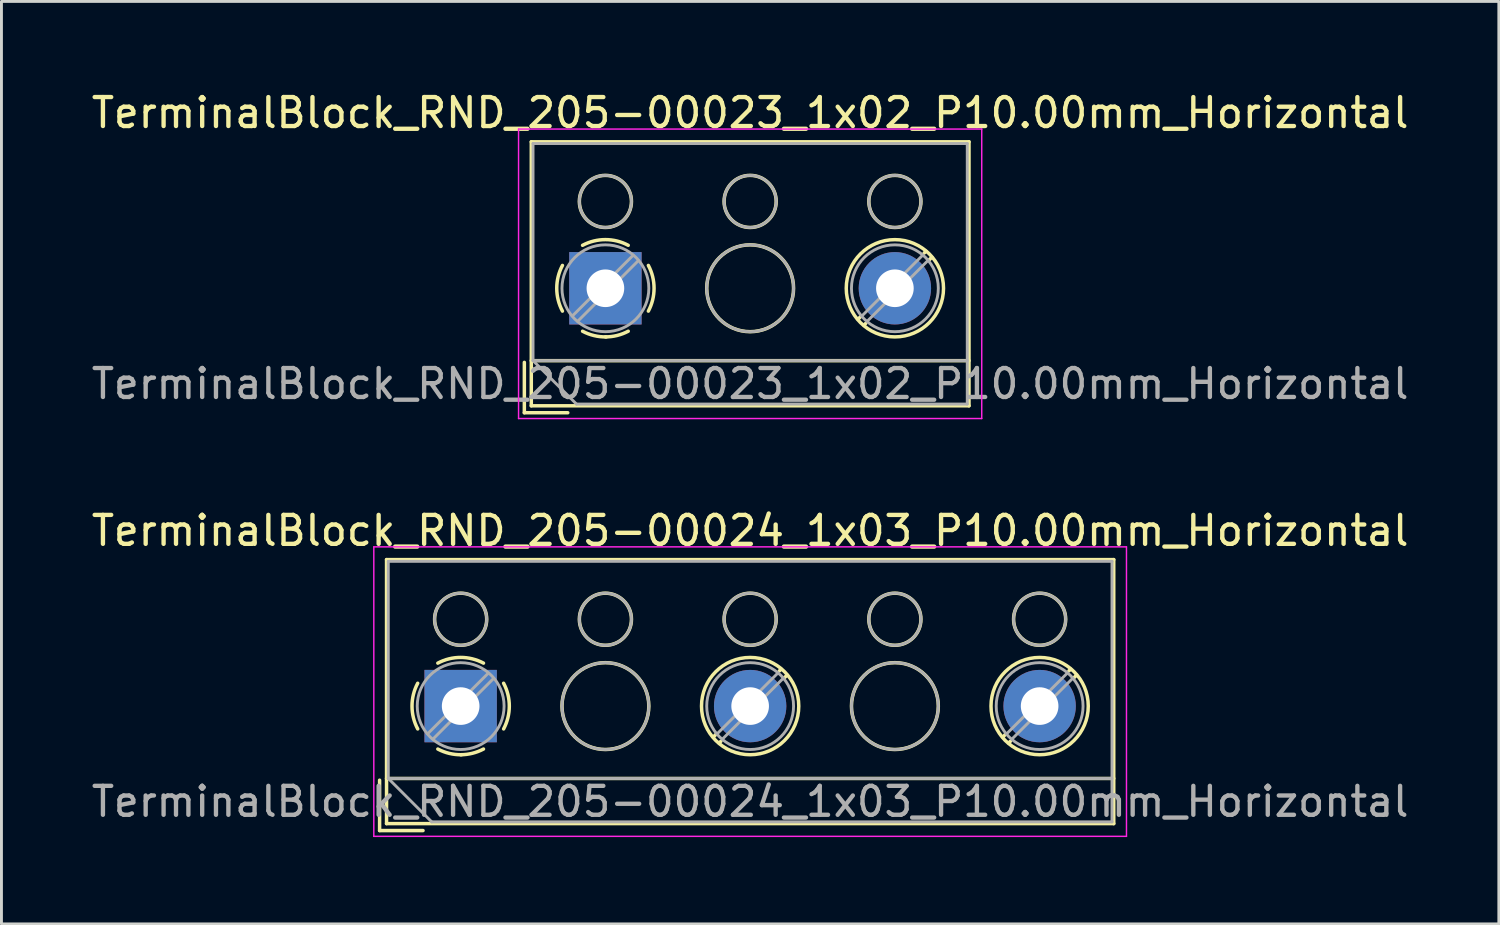
<source format=kicad_pcb>
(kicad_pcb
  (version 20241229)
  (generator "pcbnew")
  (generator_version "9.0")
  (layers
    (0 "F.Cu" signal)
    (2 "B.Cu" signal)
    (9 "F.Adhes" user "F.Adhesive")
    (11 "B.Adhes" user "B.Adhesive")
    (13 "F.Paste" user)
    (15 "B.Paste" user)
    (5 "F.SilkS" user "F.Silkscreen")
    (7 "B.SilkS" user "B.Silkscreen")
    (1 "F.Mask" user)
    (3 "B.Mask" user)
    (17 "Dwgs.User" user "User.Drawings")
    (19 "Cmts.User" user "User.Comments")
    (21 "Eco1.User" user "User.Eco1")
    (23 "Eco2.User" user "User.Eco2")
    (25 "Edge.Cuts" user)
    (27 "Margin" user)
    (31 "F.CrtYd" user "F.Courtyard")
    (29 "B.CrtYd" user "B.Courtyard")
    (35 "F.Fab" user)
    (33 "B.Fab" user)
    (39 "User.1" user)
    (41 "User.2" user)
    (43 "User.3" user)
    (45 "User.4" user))
  (footprint "TerminalBlock_RND_205-00023_1x02_P10.00mm_Horizontal"
    (layer "F.Cu")
    (at 17.863 6.908)
    (property "Reference" "TerminalBlock_RND_205-00023_1x02_P10.00mm_Horizontal" (at 5 -6.06 0) (layer "F.SilkS") (effects (font (size 1 1) (thickness 0.15))))
    (attr through_hole)
    (fp_line (start -2.8 2.56) (end -2.8 4.3) (stroke (width 0.12) (type solid)) (layer "F.SilkS"))
    (fp_line (start -2.8 4.3) (end -1.3 4.3) (stroke (width 0.12) (type solid)) (layer "F.SilkS"))
    (fp_line (start -2.56 -5.06) (end -2.56 4.06) (stroke (width 0.12) (type solid)) (layer "F.SilkS"))
    (fp_line (start -2.56 -5.06) (end 12.56 -5.06) (stroke (width 0.12) (type solid)) (layer "F.SilkS"))
    (fp_line (start -2.56 2.5) (end 12.56 2.5) (stroke (width 0.12) (type solid)) (layer "F.SilkS"))
    (fp_line (start -2.56 4.06) (end 12.56 4.06) (stroke (width 0.12) (type solid)) (layer "F.SilkS"))
    (fp_line (start 8.82 0.976) (end 8.726 1.069) (stroke (width 0.12) (type solid)) (layer "F.SilkS"))
    (fp_line (start 8.99 1.216) (end 8.931 1.274) (stroke (width 0.12) (type solid)) (layer "F.SilkS"))
    (fp_line (start 11.07 -1.275) (end 11.011 -1.216) (stroke (width 0.12) (type solid)) (layer "F.SilkS"))
    (fp_line (start 11.275 -1.069) (end 11.181 -0.976) (stroke (width 0.12) (type solid)) (layer "F.SilkS"))
    (fp_line (start 12.56 -5.06) (end 12.56 4.06) (stroke (width 0.12) (type solid)) (layer "F.SilkS"))
    (fp_arc (start -1.483953 0.789089) (mid -1.680708 0.00005) (end -1.484 -0.789) (stroke (width 0.12) (type solid)) (layer "F.SilkS"))
    (fp_arc (start -0.789089 -1.483953) (mid -0.00005 -1.680708) (end 0.789 -1.484) (stroke (width 0.12) (type solid)) (layer "F.SilkS"))
    (fp_arc (start 0.029383 1.68045) (mid -0.392304 1.634281) (end -0.789 1.484) (stroke (width 0.12) (type solid)) (layer "F.SilkS"))
    (fp_arc (start 0.788712 1.483352) (mid 0.406429 1.630097) (end 0 1.68) (stroke (width 0.12) (type solid)) (layer "F.SilkS"))
    (fp_arc (start 1.483953 -0.789089) (mid 1.680708 -0.00005) (end 1.484 0.789) (stroke (width 0.12) (type solid)) (layer "F.SilkS"))
    (fp_circle (center 0 -3) (end 0.9 -3) (stroke (width 0.12) (type solid)) (fill no) (layer "F.SilkS"))
    (fp_circle (center 5 -3) (end 5.9 -3) (stroke (width 0.12) (type solid)) (fill no) (layer "F.SilkS"))
    (fp_circle (center 5 0) (end 6.5 0) (stroke (width 0.12) (type solid)) (fill no) (layer "F.SilkS"))
    (fp_circle (center 10 -3) (end 10.9 -3) (stroke (width 0.12) (type solid)) (fill no) (layer "F.SilkS"))
    (fp_circle (center 10 0) (end 11.68 0) (stroke (width 0.12) (type solid)) (fill no) (layer "F.SilkS"))
    (fp_line (start -3 -5.5) (end -3 4.5) (stroke (width 0.05) (type solid)) (layer "F.CrtYd"))
    (fp_line (start -3 4.5) (end 13 4.5) (stroke (width 0.05) (type solid)) (layer "F.CrtYd"))
    (fp_line (start 13 -5.5) (end -3 -5.5) (stroke (width 0.05) (type solid)) (layer "F.CrtYd"))
    (fp_line (start 13 4.5) (end 13 -5.5) (stroke (width 0.05) (type solid)) (layer "F.CrtYd"))
    (fp_line (start -2.5 -5) (end 12.5 -5) (stroke (width 0.1) (type solid)) (layer "F.Fab"))
    (fp_line (start -2.5 2.5) (end -2.5 -5) (stroke (width 0.1) (type solid)) (layer "F.Fab"))
    (fp_line (start -2.5 2.5) (end 12.5 2.5) (stroke (width 0.1) (type solid)) (layer "F.Fab"))
    (fp_line (start -1 4) (end -2.5 2.5) (stroke (width 0.1) (type solid)) (layer "F.Fab"))
    (fp_line (start 0.955 -1.138) (end -1.138 0.955) (stroke (width 0.1) (type solid)) (layer "F.Fab"))
    (fp_line (start 1.138 -0.955) (end -0.955 1.138) (stroke (width 0.1) (type solid)) (layer "F.Fab"))
    (fp_line (start 10.955 -1.138) (end 8.863 0.955) (stroke (width 0.1) (type solid)) (layer "F.Fab"))
    (fp_line (start 11.138 -0.955) (end 9.046 1.138) (stroke (width 0.1) (type solid)) (layer "F.Fab"))
    (fp_line (start 12.5 -5) (end 12.5 4) (stroke (width 0.1) (type solid)) (layer "F.Fab"))
    (fp_line (start 12.5 4) (end -1 4) (stroke (width 0.1) (type solid)) (layer "F.Fab"))
    (fp_circle (center 0 -3) (end 0.9 -3) (stroke (width 0.1) (type solid)) (fill no) (layer "F.Fab"))
    (fp_circle (center 0 0) (end 1.5 0) (stroke (width 0.1) (type solid)) (fill no) (layer "F.Fab"))
    (fp_circle (center 5 -3) (end 5.9 -3) (stroke (width 0.1) (type solid)) (fill no) (layer "F.Fab"))
    (fp_circle (center 5 0) (end 6.5 0) (stroke (width 0.1) (type solid)) (fill no) (layer "F.Fab"))
    (fp_circle (center 10 -3) (end 10.9 -3) (stroke (width 0.1) (type solid)) (fill no) (layer "F.Fab"))
    (fp_circle (center 10 0) (end 11.5 0) (stroke (width 0.1) (type solid)) (fill no) (layer "F.Fab"))
    (fp_text user "${REFERENCE}" (at 5 3.3 0) (layer "F.Fab") (effects (font (size 1 1) (thickness 0.15))))
    (pad "1" thru_hole rect (at 0 0) (size 2.5 2.5) (drill 1.3) (layers "*.Cu" "*.Mask"))
    (pad "2" thru_hole circle (at 10 0) (size 2.5 2.5) (drill 1.3) (layers "*.Cu" "*.Mask")))
  (footprint "TerminalBlock_RND_205-00024_1x03_P10.00mm_Horizontal"
    (layer "F.Cu")
    (at 12.863 21.341)
    (property "Reference" "TerminalBlock_RND_205-00024_1x03_P10.00mm_Horizontal" (at 10 -6.06 0) (layer "F.SilkS") (effects (font (size 1 1) (thickness 0.15))))
    (attr through_hole)
    (fp_line (start -2.8 2.56) (end -2.8 4.3) (stroke (width 0.12) (type solid)) (layer "F.SilkS"))
    (fp_line (start -2.8 4.3) (end -1.3 4.3) (stroke (width 0.12) (type solid)) (layer "F.SilkS"))
    (fp_line (start -2.56 -5.06) (end -2.56 4.06) (stroke (width 0.12) (type solid)) (layer "F.SilkS"))
    (fp_line (start -2.56 -5.06) (end 22.56 -5.06) (stroke (width 0.12) (type solid)) (layer "F.SilkS"))
    (fp_line (start -2.56 2.5) (end 22.56 2.5) (stroke (width 0.12) (type solid)) (layer "F.SilkS"))
    (fp_line (start -2.56 4.06) (end 22.56 4.06) (stroke (width 0.12) (type solid)) (layer "F.SilkS"))
    (fp_line (start 8.82 0.976) (end 8.726 1.069) (stroke (width 0.12) (type solid)) (layer "F.SilkS"))
    (fp_line (start 8.99 1.216) (end 8.931 1.274) (stroke (width 0.12) (type solid)) (layer "F.SilkS"))
    (fp_line (start 11.07 -1.275) (end 11.011 -1.216) (stroke (width 0.12) (type solid)) (layer "F.SilkS"))
    (fp_line (start 11.275 -1.069) (end 11.181 -0.976) (stroke (width 0.12) (type solid)) (layer "F.SilkS"))
    (fp_line (start 18.82 0.976) (end 18.726 1.069) (stroke (width 0.12) (type solid)) (layer "F.SilkS"))
    (fp_line (start 18.99 1.216) (end 18.931 1.274) (stroke (width 0.12) (type solid)) (layer "F.SilkS"))
    (fp_line (start 21.07 -1.275) (end 21.011 -1.216) (stroke (width 0.12) (type solid)) (layer "F.SilkS"))
    (fp_line (start 21.275 -1.069) (end 21.181 -0.976) (stroke (width 0.12) (type solid)) (layer "F.SilkS"))
    (fp_line (start 22.56 -5.06) (end 22.56 4.06) (stroke (width 0.12) (type solid)) (layer "F.SilkS"))
    (fp_arc (start -1.483953 0.789089) (mid -1.680708 0.00005) (end -1.484 -0.789) (stroke (width 0.12) (type solid)) (layer "F.SilkS"))
    (fp_arc (start -0.789089 -1.483953) (mid -0.00005 -1.680708) (end 0.789 -1.484) (stroke (width 0.12) (type solid)) (layer "F.SilkS"))
    (fp_arc (start 0.029383 1.68045) (mid -0.392304 1.634281) (end -0.789 1.484) (stroke (width 0.12) (type solid)) (layer "F.SilkS"))
    (fp_arc (start 0.788712 1.483352) (mid 0.406429 1.630097) (end 0 1.68) (stroke (width 0.12) (type solid)) (layer "F.SilkS"))
    (fp_arc (start 1.483953 -0.789089) (mid 1.680708 -0.00005) (end 1.484 0.789) (stroke (width 0.12) (type solid)) (layer "F.SilkS"))
    (fp_circle (center 0 -3) (end 0.9 -3) (stroke (width 0.12) (type solid)) (fill no) (layer "F.SilkS"))
    (fp_circle (center 5 -3) (end 5.9 -3) (stroke (width 0.12) (type solid)) (fill no) (layer "F.SilkS"))
    (fp_circle (center 5 0) (end 6.5 0) (stroke (width 0.12) (type solid)) (fill no) (layer "F.SilkS"))
    (fp_circle (center 10 -3) (end 10.9 -3) (stroke (width 0.12) (type solid)) (fill no) (layer "F.SilkS"))
    (fp_circle (center 10 0) (end 11.68 0) (stroke (width 0.12) (type solid)) (fill no) (layer "F.SilkS"))
    (fp_circle (center 15 -3) (end 15.9 -3) (stroke (width 0.12) (type solid)) (fill no) (layer "F.SilkS"))
    (fp_circle (center 15 0) (end 16.5 0) (stroke (width 0.12) (type solid)) (fill no) (layer "F.SilkS"))
    (fp_circle (center 20 -3) (end 20.9 -3) (stroke (width 0.12) (type solid)) (fill no) (layer "F.SilkS"))
    (fp_circle (center 20 0) (end 21.68 0) (stroke (width 0.12) (type solid)) (fill no) (layer "F.SilkS"))
    (fp_line (start -3 -5.5) (end -3 4.5) (stroke (width 0.05) (type solid)) (layer "F.CrtYd"))
    (fp_line (start -3 4.5) (end 23 4.5) (stroke (width 0.05) (type solid)) (layer "F.CrtYd"))
    (fp_line (start 23 -5.5) (end -3 -5.5) (stroke (width 0.05) (type solid)) (layer "F.CrtYd"))
    (fp_line (start 23 4.5) (end 23 -5.5) (stroke (width 0.05) (type solid)) (layer "F.CrtYd"))
    (fp_line (start -2.5 -5) (end 22.5 -5) (stroke (width 0.1) (type solid)) (layer "F.Fab"))
    (fp_line (start -2.5 2.5) (end -2.5 -5) (stroke (width 0.1) (type solid)) (layer "F.Fab"))
    (fp_line (start -2.5 2.5) (end 22.5 2.5) (stroke (width 0.1) (type solid)) (layer "F.Fab"))
    (fp_line (start -1 4) (end -2.5 2.5) (stroke (width 0.1) (type solid)) (layer "F.Fab"))
    (fp_line (start 0.955 -1.138) (end -1.138 0.955) (stroke (width 0.1) (type solid)) (layer "F.Fab"))
    (fp_line (start 1.138 -0.955) (end -0.955 1.138) (stroke (width 0.1) (type solid)) (layer "F.Fab"))
    (fp_line (start 10.955 -1.138) (end 8.863 0.955) (stroke (width 0.1) (type solid)) (layer "F.Fab"))
    (fp_line (start 11.138 -0.955) (end 9.046 1.138) (stroke (width 0.1) (type solid)) (layer "F.Fab"))
    (fp_line (start 20.955 -1.138) (end 18.863 0.955) (stroke (width 0.1) (type solid)) (layer "F.Fab"))
    (fp_line (start 21.138 -0.955) (end 19.046 1.138) (stroke (width 0.1) (type solid)) (layer "F.Fab"))
    (fp_line (start 22.5 -5) (end 22.5 4) (stroke (width 0.1) (type solid)) (layer "F.Fab"))
    (fp_line (start 22.5 4) (end -1 4) (stroke (width 0.1) (type solid)) (layer "F.Fab"))
    (fp_circle (center 0 -3) (end 0.9 -3) (stroke (width 0.1) (type solid)) (fill no) (layer "F.Fab"))
    (fp_circle (center 0 0) (end 1.5 0) (stroke (width 0.1) (type solid)) (fill no) (layer "F.Fab"))
    (fp_circle (center 5 -3) (end 5.9 -3) (stroke (width 0.1) (type solid)) (fill no) (layer "F.Fab"))
    (fp_circle (center 5 0) (end 6.5 0) (stroke (width 0.1) (type solid)) (fill no) (layer "F.Fab"))
    (fp_circle (center 10 -3) (end 10.9 -3) (stroke (width 0.1) (type solid)) (fill no) (layer "F.Fab"))
    (fp_circle (center 10 0) (end 11.5 0) (stroke (width 0.1) (type solid)) (fill no) (layer "F.Fab"))
    (fp_circle (center 15 -3) (end 15.9 -3) (stroke (width 0.1) (type solid)) (fill no) (layer "F.Fab"))
    (fp_circle (center 15 0) (end 16.5 0) (stroke (width 0.1) (type solid)) (fill no) (layer "F.Fab"))
    (fp_circle (center 20 -3) (end 20.9 -3) (stroke (width 0.1) (type solid)) (fill no) (layer "F.Fab"))
    (fp_circle (center 20 0) (end 21.5 0) (stroke (width 0.1) (type solid)) (fill no) (layer "F.Fab"))
    (fp_text user "${REFERENCE}" (at 10 3.3 0) (layer "F.Fab") (effects (font (size 1 1) (thickness 0.15))))
    (pad "1" thru_hole rect (at 0 0) (size 2.5 2.5) (drill 1.3) (layers "*.Cu" "*.Mask"))
    (pad "2" thru_hole circle (at 10 0) (size 2.5 2.5) (drill 1.3) (layers "*.Cu" "*.Mask"))
    (pad "3" thru_hole circle (at 20 0) (size 2.5 2.5) (drill 1.3) (layers "*.Cu" "*.Mask")))
  (gr_rect
    (start -3 -3)
    (end 48.726 28.866)
    (stroke (width 0.1) (type default))
    (fill no)
    (layer "Edge.Cuts")))
</source>
